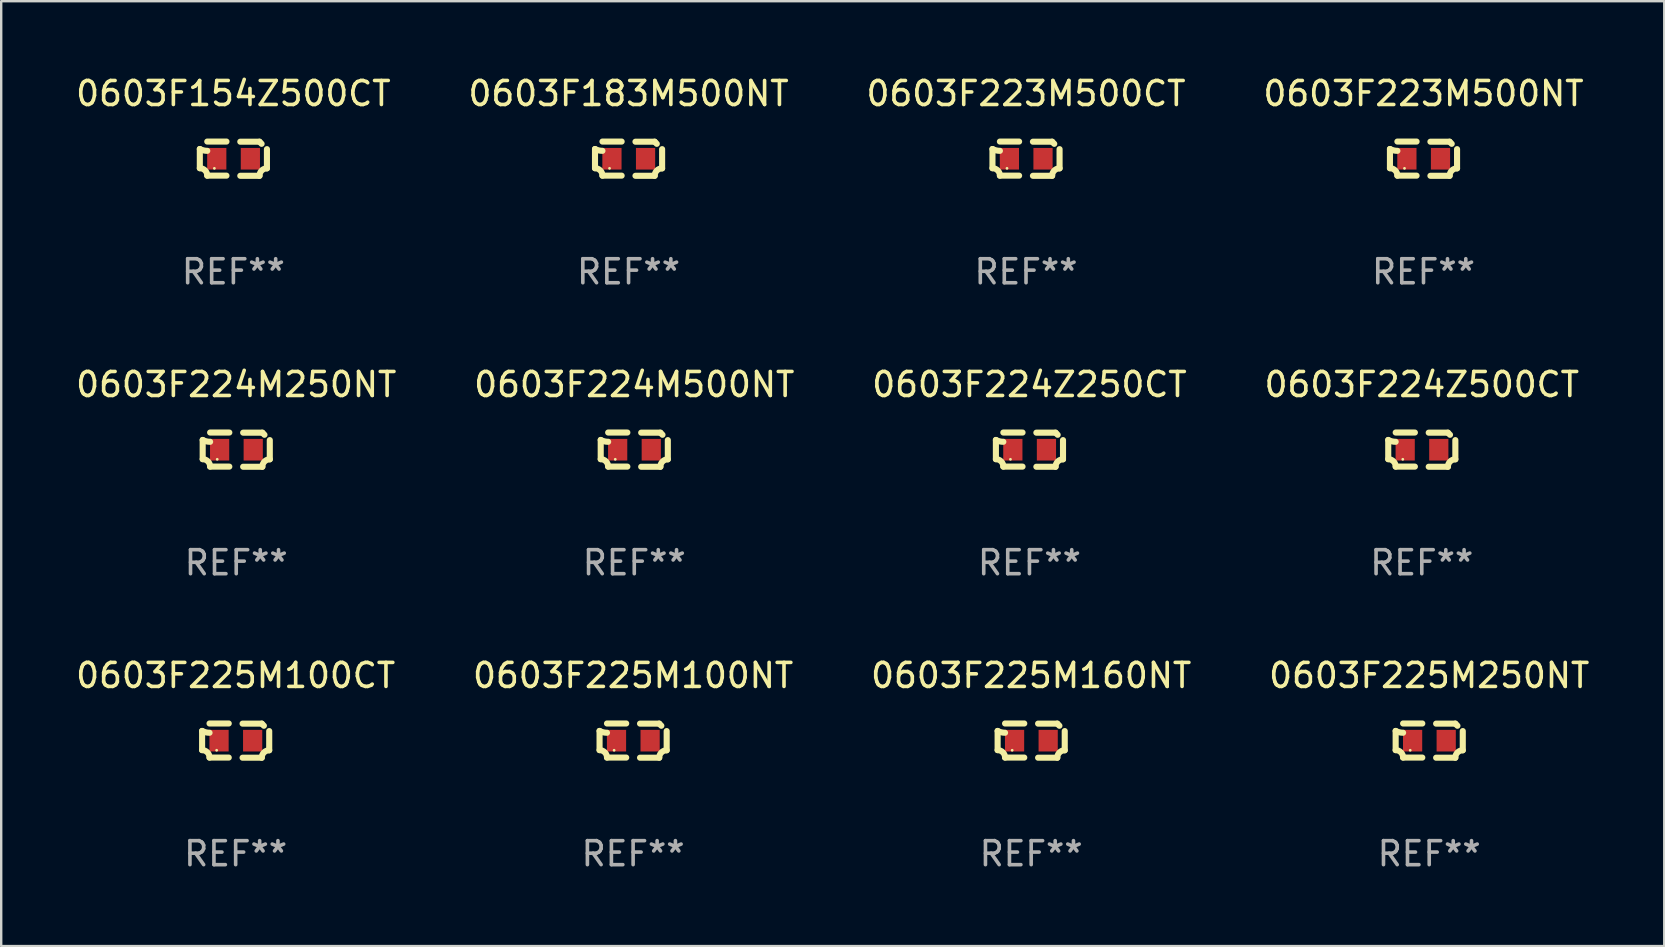
<source format=kicad_pcb>
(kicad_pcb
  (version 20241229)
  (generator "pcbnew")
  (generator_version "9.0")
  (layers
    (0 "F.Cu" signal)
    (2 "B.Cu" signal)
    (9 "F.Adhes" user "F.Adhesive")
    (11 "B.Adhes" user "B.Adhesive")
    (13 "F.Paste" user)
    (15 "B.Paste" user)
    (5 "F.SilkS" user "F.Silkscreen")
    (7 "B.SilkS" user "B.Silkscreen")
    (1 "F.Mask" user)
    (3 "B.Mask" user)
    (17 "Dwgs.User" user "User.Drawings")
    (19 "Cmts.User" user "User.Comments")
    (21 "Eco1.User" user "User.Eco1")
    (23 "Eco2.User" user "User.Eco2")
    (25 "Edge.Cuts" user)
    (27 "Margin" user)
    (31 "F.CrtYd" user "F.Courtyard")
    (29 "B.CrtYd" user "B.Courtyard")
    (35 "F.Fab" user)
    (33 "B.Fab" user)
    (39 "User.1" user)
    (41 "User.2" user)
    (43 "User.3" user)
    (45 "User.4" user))
  (footprint "0603F225M100NT"
    (layer "F.Cu")
    (at 23.327 27.805)
    (property "Reference" "0603F225M100NT" (at 0 -2.713 0) (layer "F.SilkS") (effects (font (size 1 1) (thickness 0.15))))
    (attr through_hole)
    (fp_line (start -1.398 -0.403) (end -1.398 0.397) (stroke (width 0.254) (type solid)) (layer "F.SilkS"))
    (fp_line (start -0.288 -0.713) (end -1.088 -0.713) (stroke (width 0.254) (type solid)) (layer "F.SilkS"))
    (fp_line (start -0.288 0.707) (end -1.088 0.707) (stroke (width 0.254) (type solid)) (layer "F.SilkS"))
    (fp_line (start 0.288 -0.707) (end 1.088 -0.707) (stroke (width 0.254) (type solid)) (layer "F.SilkS"))
    (fp_line (start 0.288 0.713) (end 1.088 0.713) (stroke (width 0.254) (type solid)) (layer "F.SilkS"))
    (fp_line (start 1.398 -0.397) (end 1.398 0.403) (stroke (width 0.254) (type solid)) (layer "F.SilkS"))
    (fp_arc (start -1.397789 0.397066) (mid -1.178701 0.487826) (end -1.08796 0.706922) (stroke (width 0.254001) (type solid)) (layer "F.SilkS"))
    (fp_arc (start -1.08796 -0.327176) (mid -1.247436 -0.346384) (end -1.39779 -0.402908) (stroke (width 0.254001) (type solid)) (layer "F.SilkS"))
    (fp_arc (start 1.087909 0.712738) (mid 1.178656 0.493655) (end 1.397739 0.402908) (stroke (width 0.254001) (type solid)) (layer "F.SilkS"))
    (fp_arc (start 1.175925 -0.618926) (mid 1.131917 -0.662923) (end 1.08791 -0.706922) (stroke (width 0.254001) (type solid)) (layer "F.SilkS"))
    (fp_circle (center -0.792 0.403) (end -0.762 0.403) (stroke (width 0.06) (type solid)) (fill no) (layer "F.SilkS"))
    (fp_text user "REF**" (at 0 4.713 0) (layer "F.Fab") (effects (font (size 1 1) (thickness 0.15))))
    (pad "1" smd rect (at -0.692 0.003) (size 0.8 0.9) (layers "F.Cu" "F.Mask" "F.Paste"))
    (pad "2" smd rect (at 0.708 0.003) (size 0.8 0.9) (layers "F.Cu" "F.Mask" "F.Paste")))
  (footprint "0603F225M100CT"
    (layer "F.Cu")
    (at 6.768 27.805)
    (property "Reference" "0603F225M100CT" (at 0 -2.713 0) (layer "F.SilkS") (effects (font (size 1 1) (thickness 0.15))))
    (attr through_hole)
    (fp_line (start -1.398 -0.403) (end -1.398 0.397) (stroke (width 0.254) (type solid)) (layer "F.SilkS"))
    (fp_line (start -0.288 -0.713) (end -1.088 -0.713) (stroke (width 0.254) (type solid)) (layer "F.SilkS"))
    (fp_line (start -0.288 0.707) (end -1.088 0.707) (stroke (width 0.254) (type solid)) (layer "F.SilkS"))
    (fp_line (start 0.288 -0.707) (end 1.088 -0.707) (stroke (width 0.254) (type solid)) (layer "F.SilkS"))
    (fp_line (start 0.288 0.713) (end 1.088 0.713) (stroke (width 0.254) (type solid)) (layer "F.SilkS"))
    (fp_line (start 1.398 -0.397) (end 1.398 0.403) (stroke (width 0.254) (type solid)) (layer "F.SilkS"))
    (fp_arc (start -1.397789 0.397066) (mid -1.178701 0.487826) (end -1.08796 0.706922) (stroke (width 0.254001) (type solid)) (layer "F.SilkS"))
    (fp_arc (start -1.08796 -0.327176) (mid -1.247436 -0.346384) (end -1.39779 -0.402908) (stroke (width 0.254001) (type solid)) (layer "F.SilkS"))
    (fp_arc (start 1.087909 0.712738) (mid 1.178656 0.493655) (end 1.397739 0.402908) (stroke (width 0.254001) (type solid)) (layer "F.SilkS"))
    (fp_arc (start 1.175925 -0.618926) (mid 1.131917 -0.662923) (end 1.08791 -0.706922) (stroke (width 0.254001) (type solid)) (layer "F.SilkS"))
    (fp_circle (center -0.792 0.403) (end -0.762 0.403) (stroke (width 0.06) (type solid)) (fill no) (layer "F.SilkS"))
    (fp_text user "REF**" (at 0 4.713 0) (layer "F.Fab") (effects (font (size 1 1) (thickness 0.15))))
    (pad "1" smd rect (at -0.692 0.003) (size 0.8 0.9) (layers "F.Cu" "F.Mask" "F.Paste"))
    (pad "2" smd rect (at 0.708 0.003) (size 0.8 0.9) (layers "F.Cu" "F.Mask" "F.Paste")))
  (footprint "0603F224Z500CT"
    (layer "F.Cu")
    (at 56.185 15.683)
    (property "Reference" "0603F224Z500CT" (at 0 -2.713 0) (layer "F.SilkS") (effects (font (size 1 1) (thickness 0.15))))
    (attr through_hole)
    (fp_line (start -1.398 -0.403) (end -1.398 0.397) (stroke (width 0.254) (type solid)) (layer "F.SilkS"))
    (fp_line (start -0.288 -0.713) (end -1.088 -0.713) (stroke (width 0.254) (type solid)) (layer "F.SilkS"))
    (fp_line (start -0.288 0.707) (end -1.088 0.707) (stroke (width 0.254) (type solid)) (layer "F.SilkS"))
    (fp_line (start 0.288 -0.707) (end 1.088 -0.707) (stroke (width 0.254) (type solid)) (layer "F.SilkS"))
    (fp_line (start 0.288 0.713) (end 1.088 0.713) (stroke (width 0.254) (type solid)) (layer "F.SilkS"))
    (fp_line (start 1.398 -0.397) (end 1.398 0.403) (stroke (width 0.254) (type solid)) (layer "F.SilkS"))
    (fp_arc (start -1.397789 0.397066) (mid -1.178701 0.487826) (end -1.08796 0.706922) (stroke (width 0.254001) (type solid)) (layer "F.SilkS"))
    (fp_arc (start -1.08796 -0.327176) (mid -1.247436 -0.346384) (end -1.39779 -0.402908) (stroke (width 0.254001) (type solid)) (layer "F.SilkS"))
    (fp_arc (start 1.087909 0.712738) (mid 1.178656 0.493655) (end 1.397739 0.402908) (stroke (width 0.254001) (type solid)) (layer "F.SilkS"))
    (fp_arc (start 1.175925 -0.618926) (mid 1.131917 -0.662923) (end 1.08791 -0.706922) (stroke (width 0.254001) (type solid)) (layer "F.SilkS"))
    (fp_circle (center -0.792 0.403) (end -0.762 0.403) (stroke (width 0.06) (type solid)) (fill no) (layer "F.SilkS"))
    (fp_text user "REF**" (at 0 4.713 0) (layer "F.Fab") (effects (font (size 1 1) (thickness 0.15))))
    (pad "1" smd rect (at -0.692 0.003) (size 0.8 0.9) (layers "F.Cu" "F.Mask" "F.Paste"))
    (pad "2" smd rect (at 0.708 0.003) (size 0.8 0.9) (layers "F.Cu" "F.Mask" "F.Paste")))
  (footprint "0603F225M160NT"
    (layer "F.Cu")
    (at 39.911 27.805)
    (property "Reference" "0603F225M160NT" (at 0 -2.713 0) (layer "F.SilkS") (effects (font (size 1 1) (thickness 0.15))))
    (attr through_hole)
    (fp_line (start -1.398 -0.403) (end -1.398 0.397) (stroke (width 0.254) (type solid)) (layer "F.SilkS"))
    (fp_line (start -0.288 -0.713) (end -1.088 -0.713) (stroke (width 0.254) (type solid)) (layer "F.SilkS"))
    (fp_line (start -0.288 0.707) (end -1.088 0.707) (stroke (width 0.254) (type solid)) (layer "F.SilkS"))
    (fp_line (start 0.288 -0.707) (end 1.088 -0.707) (stroke (width 0.254) (type solid)) (layer "F.SilkS"))
    (fp_line (start 0.288 0.713) (end 1.088 0.713) (stroke (width 0.254) (type solid)) (layer "F.SilkS"))
    (fp_line (start 1.398 -0.397) (end 1.398 0.403) (stroke (width 0.254) (type solid)) (layer "F.SilkS"))
    (fp_arc (start -1.397789 0.397066) (mid -1.178701 0.487826) (end -1.08796 0.706922) (stroke (width 0.254001) (type solid)) (layer "F.SilkS"))
    (fp_arc (start -1.08796 -0.327176) (mid -1.247436 -0.346384) (end -1.39779 -0.402908) (stroke (width 0.254001) (type solid)) (layer "F.SilkS"))
    (fp_arc (start 1.087909 0.712738) (mid 1.178656 0.493655) (end 1.397739 0.402908) (stroke (width 0.254001) (type solid)) (layer "F.SilkS"))
    (fp_arc (start 1.175925 -0.618926) (mid 1.131917 -0.662923) (end 1.08791 -0.706922) (stroke (width 0.254001) (type solid)) (layer "F.SilkS"))
    (fp_circle (center -0.792 0.403) (end -0.762 0.403) (stroke (width 0.06) (type solid)) (fill no) (layer "F.SilkS"))
    (fp_text user "REF**" (at 0 4.713 0) (layer "F.Fab") (effects (font (size 1 1) (thickness 0.15))))
    (pad "1" smd rect (at -0.692 0.003) (size 0.8 0.9) (layers "F.Cu" "F.Mask" "F.Paste"))
    (pad "2" smd rect (at 0.708 0.003) (size 0.8 0.9) (layers "F.Cu" "F.Mask" "F.Paste")))
  (footprint "0603F224M500NT"
    (layer "F.Cu")
    (at 23.375 15.683)
    (property "Reference" "0603F224M500NT" (at 0 -2.713 0) (layer "F.SilkS") (effects (font (size 1 1) (thickness 0.15))))
    (attr through_hole)
    (fp_line (start -1.398 -0.403) (end -1.398 0.397) (stroke (width 0.254) (type solid)) (layer "F.SilkS"))
    (fp_line (start -0.288 -0.713) (end -1.088 -0.713) (stroke (width 0.254) (type solid)) (layer "F.SilkS"))
    (fp_line (start -0.288 0.707) (end -1.088 0.707) (stroke (width 0.254) (type solid)) (layer "F.SilkS"))
    (fp_line (start 0.288 -0.707) (end 1.088 -0.707) (stroke (width 0.254) (type solid)) (layer "F.SilkS"))
    (fp_line (start 0.288 0.713) (end 1.088 0.713) (stroke (width 0.254) (type solid)) (layer "F.SilkS"))
    (fp_line (start 1.398 -0.397) (end 1.398 0.403) (stroke (width 0.254) (type solid)) (layer "F.SilkS"))
    (fp_arc (start -1.397789 0.397066) (mid -1.178701 0.487826) (end -1.08796 0.706922) (stroke (width 0.254001) (type solid)) (layer "F.SilkS"))
    (fp_arc (start -1.08796 -0.327176) (mid -1.247436 -0.346384) (end -1.39779 -0.402908) (stroke (width 0.254001) (type solid)) (layer "F.SilkS"))
    (fp_arc (start 1.087909 0.712738) (mid 1.178656 0.493655) (end 1.397739 0.402908) (stroke (width 0.254001) (type solid)) (layer "F.SilkS"))
    (fp_arc (start 1.175925 -0.618926) (mid 1.131917 -0.662923) (end 1.08791 -0.706922) (stroke (width 0.254001) (type solid)) (layer "F.SilkS"))
    (fp_circle (center -0.792 0.403) (end -0.762 0.403) (stroke (width 0.06) (type solid)) (fill no) (layer "F.SilkS"))
    (fp_text user "REF**" (at 0 4.713 0) (layer "F.Fab") (effects (font (size 1 1) (thickness 0.15))))
    (pad "1" smd rect (at -0.692 0.003) (size 0.8 0.9) (layers "F.Cu" "F.Mask" "F.Paste"))
    (pad "2" smd rect (at 0.708 0.003) (size 0.8 0.9) (layers "F.Cu" "F.Mask" "F.Paste")))
  (footprint "0603F223M500CT"
    (layer "F.Cu")
    (at 39.696 3.561)
    (property "Reference" "0603F223M500CT" (at 0 -2.713 0) (layer "F.SilkS") (effects (font (size 1 1) (thickness 0.15))))
    (attr through_hole)
    (fp_line (start -1.398 -0.403) (end -1.398 0.397) (stroke (width 0.254) (type solid)) (layer "F.SilkS"))
    (fp_line (start -0.288 -0.713) (end -1.088 -0.713) (stroke (width 0.254) (type solid)) (layer "F.SilkS"))
    (fp_line (start -0.288 0.707) (end -1.088 0.707) (stroke (width 0.254) (type solid)) (layer "F.SilkS"))
    (fp_line (start 0.288 -0.707) (end 1.088 -0.707) (stroke (width 0.254) (type solid)) (layer "F.SilkS"))
    (fp_line (start 0.288 0.713) (end 1.088 0.713) (stroke (width 0.254) (type solid)) (layer "F.SilkS"))
    (fp_line (start 1.398 -0.397) (end 1.398 0.403) (stroke (width 0.254) (type solid)) (layer "F.SilkS"))
    (fp_arc (start -1.397789 0.397066) (mid -1.178701 0.487826) (end -1.08796 0.706922) (stroke (width 0.254001) (type solid)) (layer "F.SilkS"))
    (fp_arc (start -1.08796 -0.327176) (mid -1.247436 -0.346384) (end -1.39779 -0.402908) (stroke (width 0.254001) (type solid)) (layer "F.SilkS"))
    (fp_arc (start 1.087909 0.712738) (mid 1.178656 0.493655) (end 1.397739 0.402908) (stroke (width 0.254001) (type solid)) (layer "F.SilkS"))
    (fp_arc (start 1.175925 -0.618926) (mid 1.131917 -0.662923) (end 1.08791 -0.706922) (stroke (width 0.254001) (type solid)) (layer "F.SilkS"))
    (fp_circle (center -0.792 0.403) (end -0.762 0.403) (stroke (width 0.06) (type solid)) (fill no) (layer "F.SilkS"))
    (fp_text user "REF**" (at 0 4.713 0) (layer "F.Fab") (effects (font (size 1 1) (thickness 0.15))))
    (pad "1" smd rect (at -0.692 0.003) (size 0.8 0.9) (layers "F.Cu" "F.Mask" "F.Paste"))
    (pad "2" smd rect (at 0.708 0.003) (size 0.8 0.9) (layers "F.Cu" "F.Mask" "F.Paste")))
  (footprint "0603F224M250NT"
    (layer "F.Cu")
    (at 6.792 15.683)
    (property "Reference" "0603F224M250NT" (at 0 -2.713 0) (layer "F.SilkS") (effects (font (size 1 1) (thickness 0.15))))
    (attr through_hole)
    (fp_line (start -1.398 -0.403) (end -1.398 0.397) (stroke (width 0.254) (type solid)) (layer "F.SilkS"))
    (fp_line (start -0.288 -0.713) (end -1.088 -0.713) (stroke (width 0.254) (type solid)) (layer "F.SilkS"))
    (fp_line (start -0.288 0.707) (end -1.088 0.707) (stroke (width 0.254) (type solid)) (layer "F.SilkS"))
    (fp_line (start 0.288 -0.707) (end 1.088 -0.707) (stroke (width 0.254) (type solid)) (layer "F.SilkS"))
    (fp_line (start 0.288 0.713) (end 1.088 0.713) (stroke (width 0.254) (type solid)) (layer "F.SilkS"))
    (fp_line (start 1.398 -0.397) (end 1.398 0.403) (stroke (width 0.254) (type solid)) (layer "F.SilkS"))
    (fp_arc (start -1.397789 0.397066) (mid -1.178701 0.487826) (end -1.08796 0.706922) (stroke (width 0.254001) (type solid)) (layer "F.SilkS"))
    (fp_arc (start -1.08796 -0.327176) (mid -1.247436 -0.346384) (end -1.39779 -0.402908) (stroke (width 0.254001) (type solid)) (layer "F.SilkS"))
    (fp_arc (start 1.087909 0.712738) (mid 1.178656 0.493655) (end 1.397739 0.402908) (stroke (width 0.254001) (type solid)) (layer "F.SilkS"))
    (fp_arc (start 1.175925 -0.618926) (mid 1.131917 -0.662923) (end 1.08791 -0.706922) (stroke (width 0.254001) (type solid)) (layer "F.SilkS"))
    (fp_circle (center -0.792 0.403) (end -0.762 0.403) (stroke (width 0.06) (type solid)) (fill no) (layer "F.SilkS"))
    (fp_text user "REF**" (at 0 4.713 0) (layer "F.Fab") (effects (font (size 1 1) (thickness 0.15))))
    (pad "1" smd rect (at -0.692 0.003) (size 0.8 0.9) (layers "F.Cu" "F.Mask" "F.Paste"))
    (pad "2" smd rect (at 0.708 0.003) (size 0.8 0.9) (layers "F.Cu" "F.Mask" "F.Paste")))
  (footprint "0603F223M500NT"
    (layer "F.Cu")
    (at 56.256 3.561)
    (property "Reference" "0603F223M500NT" (at 0 -2.713 0) (layer "F.SilkS") (effects (font (size 1 1) (thickness 0.15))))
    (attr through_hole)
    (fp_line (start -1.398 -0.403) (end -1.398 0.397) (stroke (width 0.254) (type solid)) (layer "F.SilkS"))
    (fp_line (start -0.288 -0.713) (end -1.088 -0.713) (stroke (width 0.254) (type solid)) (layer "F.SilkS"))
    (fp_line (start -0.288 0.707) (end -1.088 0.707) (stroke (width 0.254) (type solid)) (layer "F.SilkS"))
    (fp_line (start 0.288 -0.707) (end 1.088 -0.707) (stroke (width 0.254) (type solid)) (layer "F.SilkS"))
    (fp_line (start 0.288 0.713) (end 1.088 0.713) (stroke (width 0.254) (type solid)) (layer "F.SilkS"))
    (fp_line (start 1.398 -0.397) (end 1.398 0.403) (stroke (width 0.254) (type solid)) (layer "F.SilkS"))
    (fp_arc (start -1.397789 0.397066) (mid -1.178701 0.487826) (end -1.08796 0.706922) (stroke (width 0.254001) (type solid)) (layer "F.SilkS"))
    (fp_arc (start -1.08796 -0.327176) (mid -1.247436 -0.346384) (end -1.39779 -0.402908) (stroke (width 0.254001) (type solid)) (layer "F.SilkS"))
    (fp_arc (start 1.087909 0.712738) (mid 1.178656 0.493655) (end 1.397739 0.402908) (stroke (width 0.254001) (type solid)) (layer "F.SilkS"))
    (fp_arc (start 1.175925 -0.618926) (mid 1.131917 -0.662923) (end 1.08791 -0.706922) (stroke (width 0.254001) (type solid)) (layer "F.SilkS"))
    (fp_circle (center -0.792 0.403) (end -0.762 0.403) (stroke (width 0.06) (type solid)) (fill no) (layer "F.SilkS"))
    (fp_text user "REF**" (at 0 4.713 0) (layer "F.Fab") (effects (font (size 1 1) (thickness 0.15))))
    (pad "1" smd rect (at -0.692 0.003) (size 0.8 0.9) (layers "F.Cu" "F.Mask" "F.Paste"))
    (pad "2" smd rect (at 0.708 0.003) (size 0.8 0.9) (layers "F.Cu" "F.Mask" "F.Paste")))
  (footprint "0603F183M500NT"
    (layer "F.Cu")
    (at 23.137 3.561)
    (property "Reference" "0603F183M500NT" (at 0 -2.713 0) (layer "F.SilkS") (effects (font (size 1 1) (thickness 0.15))))
    (attr through_hole)
    (fp_line (start -1.398 -0.403) (end -1.398 0.397) (stroke (width 0.254) (type solid)) (layer "F.SilkS"))
    (fp_line (start -0.288 -0.713) (end -1.088 -0.713) (stroke (width 0.254) (type solid)) (layer "F.SilkS"))
    (fp_line (start -0.288 0.707) (end -1.088 0.707) (stroke (width 0.254) (type solid)) (layer "F.SilkS"))
    (fp_line (start 0.288 -0.707) (end 1.088 -0.707) (stroke (width 0.254) (type solid)) (layer "F.SilkS"))
    (fp_line (start 0.288 0.713) (end 1.088 0.713) (stroke (width 0.254) (type solid)) (layer "F.SilkS"))
    (fp_line (start 1.398 -0.397) (end 1.398 0.403) (stroke (width 0.254) (type solid)) (layer "F.SilkS"))
    (fp_arc (start -1.397789 0.397066) (mid -1.178701 0.487826) (end -1.08796 0.706922) (stroke (width 0.254001) (type solid)) (layer "F.SilkS"))
    (fp_arc (start -1.08796 -0.327176) (mid -1.247436 -0.346384) (end -1.39779 -0.402908) (stroke (width 0.254001) (type solid)) (layer "F.SilkS"))
    (fp_arc (start 1.087909 0.712738) (mid 1.178656 0.493655) (end 1.397739 0.402908) (stroke (width 0.254001) (type solid)) (layer "F.SilkS"))
    (fp_arc (start 1.175925 -0.618926) (mid 1.131917 -0.662923) (end 1.08791 -0.706922) (stroke (width 0.254001) (type solid)) (layer "F.SilkS"))
    (fp_circle (center -0.792 0.403) (end -0.762 0.403) (stroke (width 0.06) (type solid)) (fill no) (layer "F.SilkS"))
    (fp_text user "REF**" (at 0 4.713 0) (layer "F.Fab") (effects (font (size 1 1) (thickness 0.15))))
    (pad "1" smd rect (at -0.692 0.003) (size 0.8 0.9) (layers "F.Cu" "F.Mask" "F.Paste"))
    (pad "2" smd rect (at 0.708 0.003) (size 0.8 0.9) (layers "F.Cu" "F.Mask" "F.Paste")))
  (footprint "0603F224Z250CT"
    (layer "F.Cu")
    (at 39.839 15.683)
    (property "Reference" "0603F224Z250CT" (at 0 -2.713 0) (layer "F.SilkS") (effects (font (size 1 1) (thickness 0.15))))
    (attr through_hole)
    (fp_line (start -1.398 -0.403) (end -1.398 0.397) (stroke (width 0.254) (type solid)) (layer "F.SilkS"))
    (fp_line (start -0.288 -0.713) (end -1.088 -0.713) (stroke (width 0.254) (type solid)) (layer "F.SilkS"))
    (fp_line (start -0.288 0.707) (end -1.088 0.707) (stroke (width 0.254) (type solid)) (layer "F.SilkS"))
    (fp_line (start 0.288 -0.707) (end 1.088 -0.707) (stroke (width 0.254) (type solid)) (layer "F.SilkS"))
    (fp_line (start 0.288 0.713) (end 1.088 0.713) (stroke (width 0.254) (type solid)) (layer "F.SilkS"))
    (fp_line (start 1.398 -0.397) (end 1.398 0.403) (stroke (width 0.254) (type solid)) (layer "F.SilkS"))
    (fp_arc (start -1.397789 0.397066) (mid -1.178701 0.487826) (end -1.08796 0.706922) (stroke (width 0.254001) (type solid)) (layer "F.SilkS"))
    (fp_arc (start -1.08796 -0.327176) (mid -1.247436 -0.346384) (end -1.39779 -0.402908) (stroke (width 0.254001) (type solid)) (layer "F.SilkS"))
    (fp_arc (start 1.087909 0.712738) (mid 1.178656 0.493655) (end 1.397739 0.402908) (stroke (width 0.254001) (type solid)) (layer "F.SilkS"))
    (fp_arc (start 1.175925 -0.618926) (mid 1.131917 -0.662923) (end 1.08791 -0.706922) (stroke (width 0.254001) (type solid)) (layer "F.SilkS"))
    (fp_circle (center -0.792 0.403) (end -0.762 0.403) (stroke (width 0.06) (type solid)) (fill no) (layer "F.SilkS"))
    (fp_text user "REF**" (at 0 4.713 0) (layer "F.Fab") (effects (font (size 1 1) (thickness 0.15))))
    (pad "1" smd rect (at -0.692 0.003) (size 0.8 0.9) (layers "F.Cu" "F.Mask" "F.Paste"))
    (pad "2" smd rect (at 0.708 0.003) (size 0.8 0.9) (layers "F.Cu" "F.Mask" "F.Paste")))
  (footprint "0603F225M250NT"
    (layer "F.Cu")
    (at 56.494 27.805)
    (property "Reference" "0603F225M250NT" (at 0 -2.713 0) (layer "F.SilkS") (effects (font (size 1 1) (thickness 0.15))))
    (attr through_hole)
    (fp_line (start -1.398 -0.403) (end -1.398 0.397) (stroke (width 0.254) (type solid)) (layer "F.SilkS"))
    (fp_line (start -0.288 -0.713) (end -1.088 -0.713) (stroke (width 0.254) (type solid)) (layer "F.SilkS"))
    (fp_line (start -0.288 0.707) (end -1.088 0.707) (stroke (width 0.254) (type solid)) (layer "F.SilkS"))
    (fp_line (start 0.288 -0.707) (end 1.088 -0.707) (stroke (width 0.254) (type solid)) (layer "F.SilkS"))
    (fp_line (start 0.288 0.713) (end 1.088 0.713) (stroke (width 0.254) (type solid)) (layer "F.SilkS"))
    (fp_line (start 1.398 -0.397) (end 1.398 0.403) (stroke (width 0.254) (type solid)) (layer "F.SilkS"))
    (fp_arc (start -1.397789 0.397066) (mid -1.178701 0.487826) (end -1.08796 0.706922) (stroke (width 0.254001) (type solid)) (layer "F.SilkS"))
    (fp_arc (start -1.08796 -0.327176) (mid -1.247436 -0.346384) (end -1.39779 -0.402908) (stroke (width 0.254001) (type solid)) (layer "F.SilkS"))
    (fp_arc (start 1.087909 0.712738) (mid 1.178656 0.493655) (end 1.397739 0.402908) (stroke (width 0.254001) (type solid)) (layer "F.SilkS"))
    (fp_arc (start 1.175925 -0.618926) (mid 1.131917 -0.662923) (end 1.08791 -0.706922) (stroke (width 0.254001) (type solid)) (layer "F.SilkS"))
    (fp_circle (center -0.792 0.403) (end -0.762 0.403) (stroke (width 0.06) (type solid)) (fill no) (layer "F.SilkS"))
    (fp_text user "REF**" (at 0 4.713 0) (layer "F.Fab") (effects (font (size 1 1) (thickness 0.15))))
    (pad "1" smd rect (at -0.692 0.003) (size 0.8 0.9) (layers "F.Cu" "F.Mask" "F.Paste"))
    (pad "2" smd rect (at 0.708 0.003) (size 0.8 0.9) (layers "F.Cu" "F.Mask" "F.Paste")))
  (footprint "0603F154Z500CT"
    (layer "F.Cu")
    (at 6.673 3.561)
    (property "Reference" "0603F154Z500CT" (at 0 -2.713 0) (layer "F.SilkS") (effects (font (size 1 1) (thickness 0.15))))
    (attr through_hole)
    (fp_line (start -1.398 -0.403) (end -1.398 0.397) (stroke (width 0.254) (type solid)) (layer "F.SilkS"))
    (fp_line (start -0.288 -0.713) (end -1.088 -0.713) (stroke (width 0.254) (type solid)) (layer "F.SilkS"))
    (fp_line (start -0.288 0.707) (end -1.088 0.707) (stroke (width 0.254) (type solid)) (layer "F.SilkS"))
    (fp_line (start 0.288 -0.707) (end 1.088 -0.707) (stroke (width 0.254) (type solid)) (layer "F.SilkS"))
    (fp_line (start 0.288 0.713) (end 1.088 0.713) (stroke (width 0.254) (type solid)) (layer "F.SilkS"))
    (fp_line (start 1.398 -0.397) (end 1.398 0.403) (stroke (width 0.254) (type solid)) (layer "F.SilkS"))
    (fp_arc (start -1.397789 0.397066) (mid -1.178701 0.487826) (end -1.08796 0.706922) (stroke (width 0.254001) (type solid)) (layer "F.SilkS"))
    (fp_arc (start -1.08796 -0.327176) (mid -1.247436 -0.346384) (end -1.39779 -0.402908) (stroke (width 0.254001) (type solid)) (layer "F.SilkS"))
    (fp_arc (start 1.087909 0.712738) (mid 1.178656 0.493655) (end 1.397739 0.402908) (stroke (width 0.254001) (type solid)) (layer "F.SilkS"))
    (fp_arc (start 1.175925 -0.618926) (mid 1.131917 -0.662923) (end 1.08791 -0.706922) (stroke (width 0.254001) (type solid)) (layer "F.SilkS"))
    (fp_circle (center -0.792 0.403) (end -0.762 0.403) (stroke (width 0.06) (type solid)) (fill no) (layer "F.SilkS"))
    (fp_text user "REF**" (at 0 4.713 0) (layer "F.Fab") (effects (font (size 1 1) (thickness 0.15))))
    (pad "1" smd rect (at -0.692 0.003) (size 0.8 0.9) (layers "F.Cu" "F.Mask" "F.Paste"))
    (pad "2" smd rect (at 0.708 0.003) (size 0.8 0.9) (layers "F.Cu" "F.Mask" "F.Paste")))
  (gr_rect
    (start -3 -3)
    (end 66.286 36.366)
    (stroke (width 0.1) (type default))
    (fill no)
    (layer "Edge.Cuts")))
</source>
